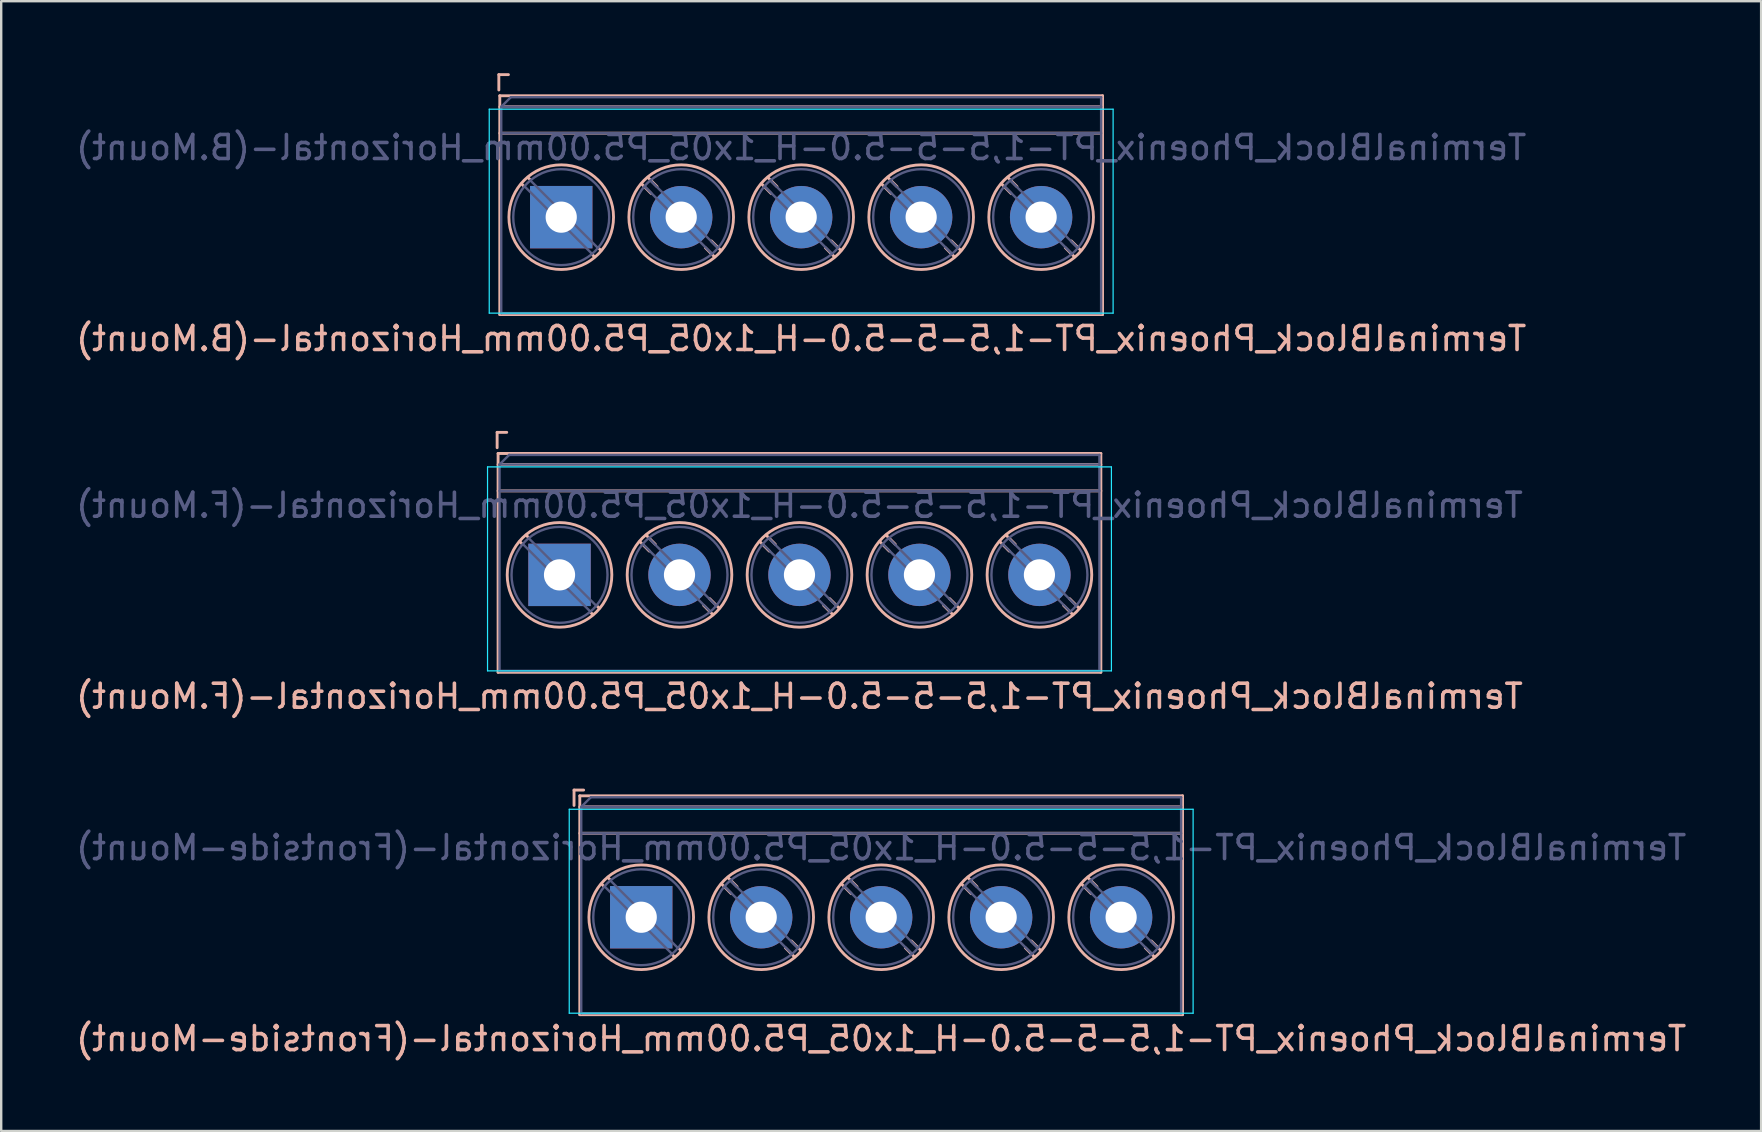
<source format=kicad_pcb>
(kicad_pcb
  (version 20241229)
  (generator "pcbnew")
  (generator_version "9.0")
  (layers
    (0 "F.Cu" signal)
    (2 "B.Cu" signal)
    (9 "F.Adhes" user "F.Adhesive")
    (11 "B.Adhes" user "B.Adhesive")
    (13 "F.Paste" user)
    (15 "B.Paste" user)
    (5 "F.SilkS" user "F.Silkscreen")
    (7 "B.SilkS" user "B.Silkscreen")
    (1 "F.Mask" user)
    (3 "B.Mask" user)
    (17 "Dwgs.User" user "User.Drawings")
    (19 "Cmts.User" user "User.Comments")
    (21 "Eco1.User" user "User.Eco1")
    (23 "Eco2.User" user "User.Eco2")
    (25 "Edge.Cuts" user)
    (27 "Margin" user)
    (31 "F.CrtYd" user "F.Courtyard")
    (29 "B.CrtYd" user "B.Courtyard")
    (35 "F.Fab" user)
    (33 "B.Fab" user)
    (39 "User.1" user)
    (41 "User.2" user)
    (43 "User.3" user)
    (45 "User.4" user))
  (footprint "TerminalBlock_Phoenix_PT-1,5-5-5.0-H_1x05_P5.00mm_Horizontal-(F.Mount)"
    (layer "F.Cu")
    (at 30.268 20.908)
    (property "Reference" "TerminalBlock_Phoenix_PT-1,5-5-5.0-H_1x05_P5.00mm_Horizontal-(F.Mount)" (at 0 5.06 0) (layer "B.SilkS") (effects (font (size 1 1) (thickness 0.15)) (justify mirror)))
    (attr through_hole)
    (fp_line (start -12.6 -5.94) (end -12.2 -5.94) (stroke (width 0.12) (type solid)) (layer "B.SilkS"))
    (fp_line (start -12.6 -5.3) (end -12.6 -5.94) (stroke (width 0.12) (type solid)) (layer "B.SilkS"))
    (fp_line (start -12.56 -5.06) (end 12.56 -5.06) (stroke (width 0.12) (type solid)) (layer "B.SilkS"))
    (fp_line (start -12.56 -4.6) (end 12.56 -4.6) (stroke (width 0.12) (type solid)) (layer "B.SilkS"))
    (fp_line (start -12.56 -3.5) (end 12.56 -3.5) (stroke (width 0.12) (type solid)) (layer "B.SilkS"))
    (fp_line (start -12.56 4.06) (end -12.56 -5.06) (stroke (width 0.12) (type solid)) (layer "B.SilkS"))
    (fp_line (start -12.56 4.06) (end 12.56 4.06) (stroke (width 0.12) (type solid)) (layer "B.SilkS"))
    (fp_line (start -11.548 -1.281) (end -11.654 -1.388) (stroke (width 0.12) (type solid)) (layer "B.SilkS"))
    (fp_line (start -11.282 -1.547) (end -11.388 -1.654) (stroke (width 0.12) (type solid)) (layer "B.SilkS"))
    (fp_line (start -8.612 1.654) (end -8.719 1.547) (stroke (width 0.12) (type solid)) (layer "B.SilkS"))
    (fp_line (start -8.346 1.388) (end -8.453 1.281) (stroke (width 0.12) (type solid)) (layer "B.SilkS"))
    (fp_line (start -6.258 -0.992) (end -6.653 -1.388) (stroke (width 0.12) (type solid)) (layer "B.SilkS"))
    (fp_line (start -6.007 -1.274) (end -6.387 -1.654) (stroke (width 0.12) (type solid)) (layer "B.SilkS"))
    (fp_line (start -3.612 1.654) (end -3.992 1.274) (stroke (width 0.12) (type solid)) (layer "B.SilkS"))
    (fp_line (start -3.346 1.388) (end -3.741 0.992) (stroke (width 0.12) (type solid)) (layer "B.SilkS"))
    (fp_line (start -1.258 -0.992) (end -1.653 -1.388) (stroke (width 0.12) (type solid)) (layer "B.SilkS"))
    (fp_line (start -1.007 -1.274) (end -1.387 -1.654) (stroke (width 0.12) (type solid)) (layer "B.SilkS"))
    (fp_line (start 1.388 1.654) (end 1.008 1.274) (stroke (width 0.12) (type solid)) (layer "B.SilkS"))
    (fp_line (start 1.654 1.388) (end 1.259 0.992) (stroke (width 0.12) (type solid)) (layer "B.SilkS"))
    (fp_line (start 3.742 -0.992) (end 3.347 -1.388) (stroke (width 0.12) (type solid)) (layer "B.SilkS"))
    (fp_line (start 3.993 -1.274) (end 3.613 -1.654) (stroke (width 0.12) (type solid)) (layer "B.SilkS"))
    (fp_line (start 6.388 1.654) (end 6.008 1.274) (stroke (width 0.12) (type solid)) (layer "B.SilkS"))
    (fp_line (start 6.654 1.388) (end 6.259 0.992) (stroke (width 0.12) (type solid)) (layer "B.SilkS"))
    (fp_line (start 8.742 -0.992) (end 8.347 -1.388) (stroke (width 0.12) (type solid)) (layer "B.SilkS"))
    (fp_line (start 8.993 -1.274) (end 8.613 -1.654) (stroke (width 0.12) (type solid)) (layer "B.SilkS"))
    (fp_line (start 11.388 1.654) (end 11.008 1.274) (stroke (width 0.12) (type solid)) (layer "B.SilkS"))
    (fp_line (start 11.654 1.388) (end 11.259 0.992) (stroke (width 0.12) (type solid)) (layer "B.SilkS"))
    (fp_line (start 12.56 4.06) (end 12.56 -5.06) (stroke (width 0.12) (type solid)) (layer "B.SilkS"))
    (fp_circle (center -10 0) (end -7.82 0) (stroke (width 0.12) (type solid)) (fill no) (layer "B.SilkS"))
    (fp_circle (center -5 0) (end -2.82 0) (stroke (width 0.12) (type solid)) (fill no) (layer "B.SilkS"))
    (fp_circle (center 0 0) (end 2.18 0) (stroke (width 0.12) (type solid)) (fill no) (layer "B.SilkS"))
    (fp_circle (center 5 0) (end 7.18 0) (stroke (width 0.12) (type solid)) (fill no) (layer "B.SilkS"))
    (fp_circle (center 10 0) (end 12.18 0) (stroke (width 0.12) (type solid)) (fill no) (layer "B.SilkS"))
    (fp_line (start -13 -4.5) (end 13 -4.5) (stroke (width 0.05) (type solid)) (layer "B.CrtYd"))
    (fp_line (start -13 4) (end -13 -4.5) (stroke (width 0.05) (type solid)) (layer "B.CrtYd"))
    (fp_line (start 13 -4.5) (end 13 4) (stroke (width 0.05) (type solid)) (layer "B.CrtYd"))
    (fp_line (start 13 4) (end -13 4) (stroke (width 0.05) (type solid)) (layer "B.CrtYd"))
    (fp_line (start -12.5 -4.6) (end -12.5 4) (stroke (width 0.1) (type solid)) (layer "B.Fab"))
    (fp_line (start -12.5 -4.6) (end 12.5 -4.6) (stroke (width 0.1) (type solid)) (layer "B.Fab"))
    (fp_line (start -12.5 -3.5) (end 12.5 -3.5) (stroke (width 0.1) (type solid)) (layer "B.Fab"))
    (fp_line (start -12.5 4) (end 12.5 4) (stroke (width 0.1) (type solid)) (layer "B.Fab"))
    (fp_line (start -12.1 -5) (end -12.5 -4.6) (stroke (width 0.1) (type solid)) (layer "B.Fab"))
    (fp_line (start -8.727 1.517) (end -11.517 -1.273) (stroke (width 0.1) (type solid)) (layer "B.Fab"))
    (fp_line (start -8.483 1.273) (end -11.273 -1.517) (stroke (width 0.1) (type solid)) (layer "B.Fab"))
    (fp_line (start -3.727 1.517) (end -6.516 -1.273) (stroke (width 0.1) (type solid)) (layer "B.Fab"))
    (fp_line (start -3.483 1.273) (end -6.272 -1.517) (stroke (width 0.1) (type solid)) (layer "B.Fab"))
    (fp_line (start 1.273 1.517) (end -1.516 -1.273) (stroke (width 0.1) (type solid)) (layer "B.Fab"))
    (fp_line (start 1.517 1.273) (end -1.272 -1.517) (stroke (width 0.1) (type solid)) (layer "B.Fab"))
    (fp_line (start 6.273 1.517) (end 3.484 -1.273) (stroke (width 0.1) (type solid)) (layer "B.Fab"))
    (fp_line (start 6.517 1.273) (end 3.728 -1.517) (stroke (width 0.1) (type solid)) (layer "B.Fab"))
    (fp_line (start 11.273 1.517) (end 8.484 -1.273) (stroke (width 0.1) (type solid)) (layer "B.Fab"))
    (fp_line (start 11.517 1.273) (end 8.728 -1.517) (stroke (width 0.1) (type solid)) (layer "B.Fab"))
    (fp_line (start 12.5 -5) (end -12.1 -5) (stroke (width 0.1) (type solid)) (layer "B.Fab"))
    (fp_line (start 12.5 4) (end 12.5 -5) (stroke (width 0.1) (type solid)) (layer "B.Fab"))
    (fp_circle (center -10 0) (end -8 0) (stroke (width 0.1) (type solid)) (fill no) (layer "B.Fab"))
    (fp_circle (center -5 0) (end -3 0) (stroke (width 0.1) (type solid)) (fill no) (layer "B.Fab"))
    (fp_circle (center 0 0) (end 2 0) (stroke (width 0.1) (type solid)) (fill no) (layer "B.Fab"))
    (fp_circle (center 5 0) (end 7 0) (stroke (width 0.1) (type solid)) (fill no) (layer "B.Fab"))
    (fp_circle (center 10 0) (end 12 0) (stroke (width 0.1) (type solid)) (fill no) (layer "B.Fab"))
    (fp_text user "${REFERENCE}" (at 0 -2.9 0) (layer "B.Fab") (effects (font (size 1 1) (thickness 0.15)) (justify mirror)))
    (pad "1" thru_hole rect (at -10 0) (size 2.6 2.6) (drill 1.3) (layers "*.Cu" "*.Mask"))
    (pad "2" thru_hole circle (at -5 0) (size 2.6 2.6) (drill 1.3) (layers "*.Cu" "*.Mask"))
    (pad "3" thru_hole circle (at 0 0) (size 2.6 2.6) (drill 1.3) (layers "*.Cu" "*.Mask"))
    (pad "4" thru_hole circle (at 5 0) (size 2.6 2.6) (drill 1.3) (layers "*.Cu" "*.Mask"))
    (pad "5" thru_hole circle (at 10 0) (size 2.6 2.6) (drill 1.3) (layers "*.Cu" "*.Mask")))
  (footprint "TerminalBlock_Phoenix_PT-1,5-5-5.0-H_1x05_P5.00mm_Horizontal-(B.Mount)"
    (layer "F.Cu")
    (at 30.339 6)
    (property "Reference" "TerminalBlock_Phoenix_PT-1,5-5-5.0-H_1x05_P5.00mm_Horizontal-(B.Mount)" (at 0 5.06 0) (layer "B.SilkS") (effects (font (size 1 1) (thickness 0.15)) (justify mirror)))
    (attr through_hole)
    (fp_line (start -12.6 -5.94) (end -12.2 -5.94) (stroke (width 0.12) (type solid)) (layer "B.SilkS"))
    (fp_line (start -12.6 -5.3) (end -12.6 -5.94) (stroke (width 0.12) (type solid)) (layer "B.SilkS"))
    (fp_line (start -12.56 -5.06) (end 12.56 -5.06) (stroke (width 0.12) (type solid)) (layer "B.SilkS"))
    (fp_line (start -12.56 -4.6) (end 12.56 -4.6) (stroke (width 0.12) (type solid)) (layer "B.SilkS"))
    (fp_line (start -12.56 -3.5) (end 12.56 -3.5) (stroke (width 0.12) (type solid)) (layer "B.SilkS"))
    (fp_line (start -12.56 4.06) (end -12.56 -5.06) (stroke (width 0.12) (type solid)) (layer "B.SilkS"))
    (fp_line (start -12.56 4.06) (end 12.56 4.06) (stroke (width 0.12) (type solid)) (layer "B.SilkS"))
    (fp_line (start -11.548 -1.281) (end -11.654 -1.388) (stroke (width 0.12) (type solid)) (layer "B.SilkS"))
    (fp_line (start -11.282 -1.547) (end -11.388 -1.654) (stroke (width 0.12) (type solid)) (layer "B.SilkS"))
    (fp_line (start -8.612 1.654) (end -8.719 1.547) (stroke (width 0.12) (type solid)) (layer "B.SilkS"))
    (fp_line (start -8.346 1.388) (end -8.453 1.281) (stroke (width 0.12) (type solid)) (layer "B.SilkS"))
    (fp_line (start -6.258 -0.992) (end -6.653 -1.388) (stroke (width 0.12) (type solid)) (layer "B.SilkS"))
    (fp_line (start -6.007 -1.274) (end -6.387 -1.654) (stroke (width 0.12) (type solid)) (layer "B.SilkS"))
    (fp_line (start -3.612 1.654) (end -3.992 1.274) (stroke (width 0.12) (type solid)) (layer "B.SilkS"))
    (fp_line (start -3.346 1.388) (end -3.741 0.992) (stroke (width 0.12) (type solid)) (layer "B.SilkS"))
    (fp_line (start -1.258 -0.992) (end -1.653 -1.388) (stroke (width 0.12) (type solid)) (layer "B.SilkS"))
    (fp_line (start -1.007 -1.274) (end -1.387 -1.654) (stroke (width 0.12) (type solid)) (layer "B.SilkS"))
    (fp_line (start 1.388 1.654) (end 1.008 1.274) (stroke (width 0.12) (type solid)) (layer "B.SilkS"))
    (fp_line (start 1.654 1.388) (end 1.259 0.992) (stroke (width 0.12) (type solid)) (layer "B.SilkS"))
    (fp_line (start 3.742 -0.992) (end 3.347 -1.388) (stroke (width 0.12) (type solid)) (layer "B.SilkS"))
    (fp_line (start 3.993 -1.274) (end 3.613 -1.654) (stroke (width 0.12) (type solid)) (layer "B.SilkS"))
    (fp_line (start 6.388 1.654) (end 6.008 1.274) (stroke (width 0.12) (type solid)) (layer "B.SilkS"))
    (fp_line (start 6.654 1.388) (end 6.259 0.992) (stroke (width 0.12) (type solid)) (layer "B.SilkS"))
    (fp_line (start 8.742 -0.992) (end 8.347 -1.388) (stroke (width 0.12) (type solid)) (layer "B.SilkS"))
    (fp_line (start 8.993 -1.274) (end 8.613 -1.654) (stroke (width 0.12) (type solid)) (layer "B.SilkS"))
    (fp_line (start 11.388 1.654) (end 11.008 1.274) (stroke (width 0.12) (type solid)) (layer "B.SilkS"))
    (fp_line (start 11.654 1.388) (end 11.259 0.992) (stroke (width 0.12) (type solid)) (layer "B.SilkS"))
    (fp_line (start 12.56 4.06) (end 12.56 -5.06) (stroke (width 0.12) (type solid)) (layer "B.SilkS"))
    (fp_circle (center -10 0) (end -7.82 0) (stroke (width 0.12) (type solid)) (fill no) (layer "B.SilkS"))
    (fp_circle (center -5 0) (end -2.82 0) (stroke (width 0.12) (type solid)) (fill no) (layer "B.SilkS"))
    (fp_circle (center 0 0) (end 2.18 0) (stroke (width 0.12) (type solid)) (fill no) (layer "B.SilkS"))
    (fp_circle (center 5 0) (end 7.18 0) (stroke (width 0.12) (type solid)) (fill no) (layer "B.SilkS"))
    (fp_circle (center 10 0) (end 12.18 0) (stroke (width 0.12) (type solid)) (fill no) (layer "B.SilkS"))
    (fp_line (start -13 -4.5) (end 13 -4.5) (stroke (width 0.05) (type solid)) (layer "B.CrtYd"))
    (fp_line (start -13 4) (end -13 -4.5) (stroke (width 0.05) (type solid)) (layer "B.CrtYd"))
    (fp_line (start 13 -4.5) (end 13 4) (stroke (width 0.05) (type solid)) (layer "B.CrtYd"))
    (fp_line (start 13 4) (end -13 4) (stroke (width 0.05) (type solid)) (layer "B.CrtYd"))
    (fp_line (start -12.5 -4.6) (end -12.5 4) (stroke (width 0.1) (type solid)) (layer "B.Fab"))
    (fp_line (start -12.5 -4.6) (end 12.5 -4.6) (stroke (width 0.1) (type solid)) (layer "B.Fab"))
    (fp_line (start -12.5 -3.5) (end 12.5 -3.5) (stroke (width 0.1) (type solid)) (layer "B.Fab"))
    (fp_line (start -12.5 4) (end 12.5 4) (stroke (width 0.1) (type solid)) (layer "B.Fab"))
    (fp_line (start -12.1 -5) (end -12.5 -4.6) (stroke (width 0.1) (type solid)) (layer "B.Fab"))
    (fp_line (start -8.727 1.517) (end -11.517 -1.273) (stroke (width 0.1) (type solid)) (layer "B.Fab"))
    (fp_line (start -8.483 1.273) (end -11.273 -1.517) (stroke (width 0.1) (type solid)) (layer "B.Fab"))
    (fp_line (start -3.727 1.517) (end -6.516 -1.273) (stroke (width 0.1) (type solid)) (layer "B.Fab"))
    (fp_line (start -3.483 1.273) (end -6.272 -1.517) (stroke (width 0.1) (type solid)) (layer "B.Fab"))
    (fp_line (start 1.273 1.517) (end -1.516 -1.273) (stroke (width 0.1) (type solid)) (layer "B.Fab"))
    (fp_line (start 1.517 1.273) (end -1.272 -1.517) (stroke (width 0.1) (type solid)) (layer "B.Fab"))
    (fp_line (start 6.273 1.517) (end 3.484 -1.273) (stroke (width 0.1) (type solid)) (layer "B.Fab"))
    (fp_line (start 6.517 1.273) (end 3.728 -1.517) (stroke (width 0.1) (type solid)) (layer "B.Fab"))
    (fp_line (start 11.273 1.517) (end 8.484 -1.273) (stroke (width 0.1) (type solid)) (layer "B.Fab"))
    (fp_line (start 11.517 1.273) (end 8.728 -1.517) (stroke (width 0.1) (type solid)) (layer "B.Fab"))
    (fp_line (start 12.5 -5) (end -12.1 -5) (stroke (width 0.1) (type solid)) (layer "B.Fab"))
    (fp_line (start 12.5 4) (end 12.5 -5) (stroke (width 0.1) (type solid)) (layer "B.Fab"))
    (fp_circle (center -10 0) (end -8 0) (stroke (width 0.1) (type solid)) (fill no) (layer "B.Fab"))
    (fp_circle (center -5 0) (end -3 0) (stroke (width 0.1) (type solid)) (fill no) (layer "B.Fab"))
    (fp_circle (center 0 0) (end 2 0) (stroke (width 0.1) (type solid)) (fill no) (layer "B.Fab"))
    (fp_circle (center 5 0) (end 7 0) (stroke (width 0.1) (type solid)) (fill no) (layer "B.Fab"))
    (fp_circle (center 10 0) (end 12 0) (stroke (width 0.1) (type solid)) (fill no) (layer "B.Fab"))
    (fp_text user "${REFERENCE}" (at 0 -2.9 0) (layer "B.Fab") (effects (font (size 1 1) (thickness 0.15)) (justify mirror)))
    (pad "1" thru_hole rect (at -10 0) (size 2.6 2.6) (drill 1.3) (layers "*.Cu" "*.Mask"))
    (pad "2" thru_hole circle (at -5 0) (size 2.6 2.6) (drill 1.3) (layers "*.Cu" "*.Mask"))
    (pad "3" thru_hole circle (at 0 0) (size 2.6 2.6) (drill 1.3) (layers "*.Cu" "*.Mask"))
    (pad "4" thru_hole circle (at 5 0) (size 2.6 2.6) (drill 1.3) (layers "*.Cu" "*.Mask"))
    (pad "5" thru_hole circle (at 10 0) (size 2.6 2.6) (drill 1.3) (layers "*.Cu" "*.Mask")))
  (footprint "TerminalBlock_Phoenix_PT-1,5-5-5.0-H_1x05_P5.00mm_Horizontal-(Frontside-Mount)"
    (layer "F.Cu")
    (at 33.673 35.176)
    (property "Reference" "TerminalBlock_Phoenix_PT-1,5-5-5.0-H_1x05_P5.00mm_Horizontal-(Frontside-Mount)" (at 0 5.06 0) (layer "B.SilkS") (effects (font (size 1 1) (thickness 0.15)) (justify mirror)))
    (attr through_hole)
    (fp_line (start -12.8 -5.3) (end -12.4 -5.3) (stroke (width 0.12) (type solid)) (layer "B.SilkS"))
    (fp_line (start -12.8 -4.66) (end -12.8 -5.3) (stroke (width 0.12) (type solid)) (layer "B.SilkS"))
    (fp_line (start -12.56 -5.06) (end 12.56 -5.06) (stroke (width 0.12) (type solid)) (layer "B.SilkS"))
    (fp_line (start -12.56 -4.6) (end 12.56 -4.6) (stroke (width 0.12) (type solid)) (layer "B.SilkS"))
    (fp_line (start -12.56 -3.5) (end 12.56 -3.5) (stroke (width 0.12) (type solid)) (layer "B.SilkS"))
    (fp_line (start -12.56 4.06) (end -12.56 -5.06) (stroke (width 0.12) (type solid)) (layer "B.SilkS"))
    (fp_line (start -12.56 4.06) (end 12.56 4.06) (stroke (width 0.12) (type solid)) (layer "B.SilkS"))
    (fp_line (start -11.548 -1.281) (end -11.654 -1.388) (stroke (width 0.12) (type solid)) (layer "B.SilkS"))
    (fp_line (start -11.282 -1.547) (end -11.388 -1.654) (stroke (width 0.12) (type solid)) (layer "B.SilkS"))
    (fp_line (start -8.612 1.654) (end -8.719 1.547) (stroke (width 0.12) (type solid)) (layer "B.SilkS"))
    (fp_line (start -8.346 1.388) (end -8.453 1.281) (stroke (width 0.12) (type solid)) (layer "B.SilkS"))
    (fp_line (start -6.258 -0.992) (end -6.653 -1.388) (stroke (width 0.12) (type solid)) (layer "B.SilkS"))
    (fp_line (start -6.007 -1.274) (end -6.387 -1.654) (stroke (width 0.12) (type solid)) (layer "B.SilkS"))
    (fp_line (start -3.612 1.654) (end -3.992 1.274) (stroke (width 0.12) (type solid)) (layer "B.SilkS"))
    (fp_line (start -3.346 1.388) (end -3.741 0.992) (stroke (width 0.12) (type solid)) (layer "B.SilkS"))
    (fp_line (start -1.258 -0.992) (end -1.653 -1.388) (stroke (width 0.12) (type solid)) (layer "B.SilkS"))
    (fp_line (start -1.007 -1.274) (end -1.387 -1.654) (stroke (width 0.12) (type solid)) (layer "B.SilkS"))
    (fp_line (start 1.388 1.654) (end 1.008 1.274) (stroke (width 0.12) (type solid)) (layer "B.SilkS"))
    (fp_line (start 1.654 1.388) (end 1.259 0.992) (stroke (width 0.12) (type solid)) (layer "B.SilkS"))
    (fp_line (start 3.742 -0.992) (end 3.347 -1.388) (stroke (width 0.12) (type solid)) (layer "B.SilkS"))
    (fp_line (start 3.993 -1.274) (end 3.613 -1.654) (stroke (width 0.12) (type solid)) (layer "B.SilkS"))
    (fp_line (start 6.388 1.654) (end 6.008 1.274) (stroke (width 0.12) (type solid)) (layer "B.SilkS"))
    (fp_line (start 6.654 1.388) (end 6.259 0.992) (stroke (width 0.12) (type solid)) (layer "B.SilkS"))
    (fp_line (start 8.742 -0.992) (end 8.347 -1.388) (stroke (width 0.12) (type solid)) (layer "B.SilkS"))
    (fp_line (start 8.993 -1.274) (end 8.613 -1.654) (stroke (width 0.12) (type solid)) (layer "B.SilkS"))
    (fp_line (start 11.388 1.654) (end 11.008 1.274) (stroke (width 0.12) (type solid)) (layer "B.SilkS"))
    (fp_line (start 11.654 1.388) (end 11.259 0.992) (stroke (width 0.12) (type solid)) (layer "B.SilkS"))
    (fp_line (start 12.56 4.06) (end 12.56 -5.06) (stroke (width 0.12) (type solid)) (layer "B.SilkS"))
    (fp_circle (center -10 0) (end -7.82 0) (stroke (width 0.12) (type solid)) (fill no) (layer "B.SilkS"))
    (fp_circle (center -5 0) (end -2.82 0) (stroke (width 0.12) (type solid)) (fill no) (layer "B.SilkS"))
    (fp_circle (center 0 0) (end 2.18 0) (stroke (width 0.12) (type solid)) (fill no) (layer "B.SilkS"))
    (fp_circle (center 5 0) (end 7.18 0) (stroke (width 0.12) (type solid)) (fill no) (layer "B.SilkS"))
    (fp_circle (center 10 0) (end 12.18 0) (stroke (width 0.12) (type solid)) (fill no) (layer "B.SilkS"))
    (fp_line (start -13 -4.5) (end 13 -4.5) (stroke (width 0.05) (type solid)) (layer "B.CrtYd"))
    (fp_line (start -13 4) (end -13 -4.5) (stroke (width 0.05) (type solid)) (layer "B.CrtYd"))
    (fp_line (start 13 -4.5) (end 13 4) (stroke (width 0.05) (type solid)) (layer "B.CrtYd"))
    (fp_line (start 13 4) (end -13 4) (stroke (width 0.05) (type solid)) (layer "B.CrtYd"))
    (fp_line (start -12.5 -4.6) (end -12.5 4) (stroke (width 0.1) (type solid)) (layer "B.Fab"))
    (fp_line (start -12.5 -4.6) (end 12.5 -4.6) (stroke (width 0.1) (type solid)) (layer "B.Fab"))
    (fp_line (start -12.5 -3.5) (end 12.5 -3.5) (stroke (width 0.1) (type solid)) (layer "B.Fab"))
    (fp_line (start -12.5 4) (end 12.5 4) (stroke (width 0.1) (type solid)) (layer "B.Fab"))
    (fp_line (start -12.1 -5) (end -12.5 -4.6) (stroke (width 0.1) (type solid)) (layer "B.Fab"))
    (fp_line (start -8.727 1.517) (end -11.517 -1.273) (stroke (width 0.1) (type solid)) (layer "B.Fab"))
    (fp_line (start -8.483 1.273) (end -11.273 -1.517) (stroke (width 0.1) (type solid)) (layer "B.Fab"))
    (fp_line (start -3.727 1.517) (end -6.516 -1.273) (stroke (width 0.1) (type solid)) (layer "B.Fab"))
    (fp_line (start -3.483 1.273) (end -6.272 -1.517) (stroke (width 0.1) (type solid)) (layer "B.Fab"))
    (fp_line (start 1.273 1.517) (end -1.516 -1.273) (stroke (width 0.1) (type solid)) (layer "B.Fab"))
    (fp_line (start 1.517 1.273) (end -1.272 -1.517) (stroke (width 0.1) (type solid)) (layer "B.Fab"))
    (fp_line (start 6.273 1.517) (end 3.484 -1.273) (stroke (width 0.1) (type solid)) (layer "B.Fab"))
    (fp_line (start 6.517 1.273) (end 3.728 -1.517) (stroke (width 0.1) (type solid)) (layer "B.Fab"))
    (fp_line (start 11.273 1.517) (end 8.484 -1.273) (stroke (width 0.1) (type solid)) (layer "B.Fab"))
    (fp_line (start 11.517 1.273) (end 8.728 -1.517) (stroke (width 0.1) (type solid)) (layer "B.Fab"))
    (fp_line (start 12.5 -5) (end -12.1 -5) (stroke (width 0.1) (type solid)) (layer "B.Fab"))
    (fp_line (start 12.5 4) (end 12.5 -5) (stroke (width 0.1) (type solid)) (layer "B.Fab"))
    (fp_circle (center -10 0) (end -8 0) (stroke (width 0.1) (type solid)) (fill no) (layer "B.Fab"))
    (fp_circle (center -5 0) (end -3 0) (stroke (width 0.1) (type solid)) (fill no) (layer "B.Fab"))
    (fp_circle (center 0 0) (end 2 0) (stroke (width 0.1) (type solid)) (fill no) (layer "B.Fab"))
    (fp_circle (center 5 0) (end 7 0) (stroke (width 0.1) (type solid)) (fill no) (layer "B.Fab"))
    (fp_circle (center 10 0) (end 12 0) (stroke (width 0.1) (type solid)) (fill no) (layer "B.Fab"))
    (fp_text user "${REFERENCE}" (at 0 -2.9 0) (layer "B.Fab") (effects (font (size 1 1) (thickness 0.15)) (justify mirror)))
    (pad "1" thru_hole rect (at -10 0) (size 2.6 2.6) (drill 1.3) (layers "*.Cu" "*.Mask"))
    (pad "2" thru_hole circle (at -5 0) (size 2.6 2.6) (drill 1.3) (layers "*.Cu" "*.Mask"))
    (pad "3" thru_hole circle (at 0 0) (size 2.6 2.6) (drill 1.3) (layers "*.Cu" "*.Mask"))
    (pad "4" thru_hole circle (at 5 0) (size 2.6 2.6) (drill 1.3) (layers "*.Cu" "*.Mask"))
    (pad "5" thru_hole circle (at 10 0) (size 2.6 2.6) (drill 1.3) (layers "*.Cu" "*.Mask")))
  (gr_rect
    (start -3 -3)
    (end 70.345 44.085)
    (stroke (width 0.1) (type default))
    (fill no)
    (layer "Edge.Cuts")))
</source>
